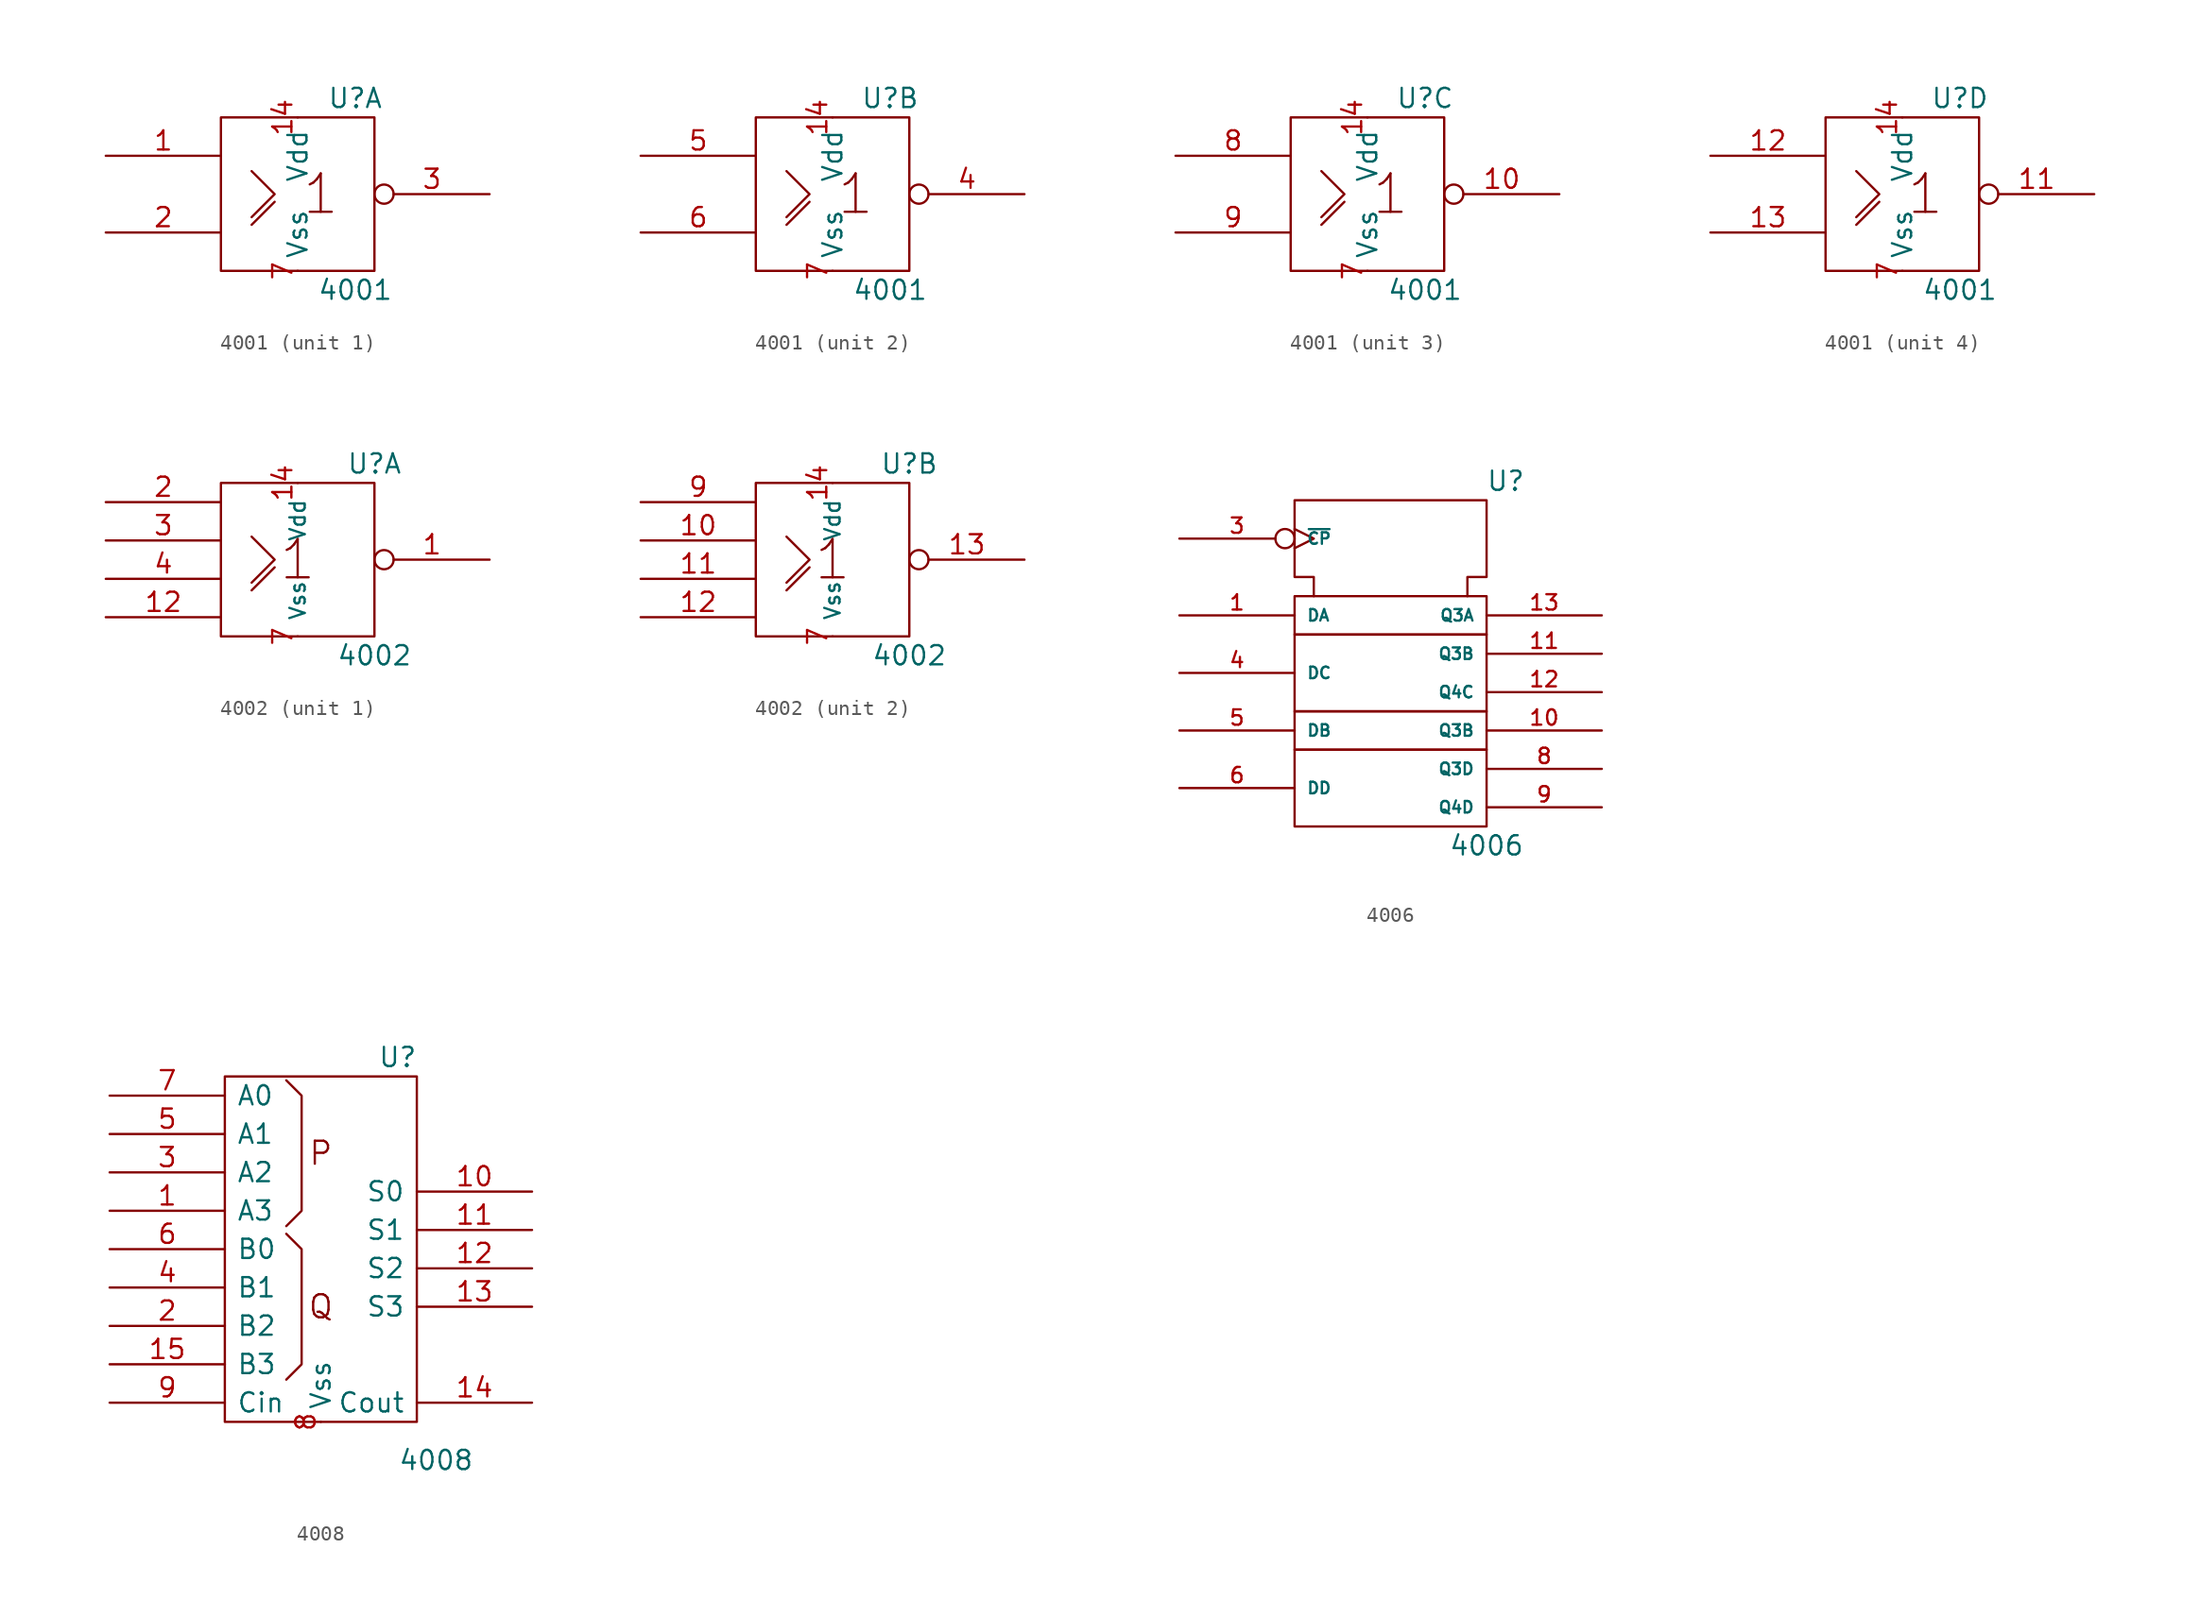
<source format=kicad_sym>
(kicad_symbol_lib
  (version 20201005)
  (generator kicad_symbol_editor)
  (symbol "4xxx_IEEE:4001"
    (pin_names
      (offset 0.762))
    (property "Reference" "U"
      (at 3.81 6.35 0)
      (effects (font (size 1.27 1.27))))
    (property "Value" "4001"
      (at 3.81 -6.35 0)
      (effects (font (size 1.27 1.27))))
    (symbol "4001_0_0"
      (text "1" (at 1.524 0 0) (effects (font (size 2.54 2.54))))
      (rectangle (start -5.08 5.08) (end 5.08 -5.08) (stroke (width 0)) (fill (type none)))
      (pin power_in line (at 0 5.08 270) (length 0) (name "Vdd" (effects (font (size 1.27 1.27)))) (number "14" (effects (font (size 1.27 1.27)))))
      (pin power_in line (at 0 -5.08 90) (length 0) (name "Vss" (effects (font (size 1.27 1.27)))) (number "7" (effects (font (size 1.27 1.27))))))
    (symbol "4001_0_1"
      (polyline (pts (xy -3.048 -2.032) (xy -1.524 -0.508) (xy -1.524 -0.508)) (stroke (width 0)) (fill (type none)))
      (polyline (pts (xy -3.048 1.524) (xy -1.524 0) (xy -3.048 -1.524) (xy -3.048 -1.524)) (stroke (width 0)) (fill (type none))))
    (symbol "4001_1_1"
      (pin input line (at -12.7 2.54 0) (length 7.62) (name "~" (effects (font (size 1.27 1.27)))) (number "1" (effects (font (size 1.27 1.27)))))
      (pin input line (at -12.7 -2.54 0) (length 7.62) (name "~" (effects (font (size 1.27 1.27)))) (number "2" (effects (font (size 1.27 1.27)))))
      (pin output inverted (at 12.7 0 180) (length 7.62) (name "~" (effects (font (size 1.27 1.27)))) (number "3" (effects (font (size 1.27 1.27))))))
    (symbol "4001_2_1"
      (pin output inverted (at 12.7 0 180) (length 7.62) (name "~" (effects (font (size 1.27 1.27)))) (number "4" (effects (font (size 1.27 1.27)))))
      (pin input line (at -12.7 2.54 0) (length 7.62) (name "~" (effects (font (size 1.27 1.27)))) (number "5" (effects (font (size 1.27 1.27)))))
      (pin input line (at -12.7 -2.54 0) (length 7.62) (name "~" (effects (font (size 1.27 1.27)))) (number "6" (effects (font (size 1.27 1.27))))))
    (symbol "4001_3_1"
      (pin output inverted (at 12.7 0 180) (length 7.62) (name "~" (effects (font (size 1.27 1.27)))) (number "10" (effects (font (size 1.27 1.27)))))
      (pin input line (at -12.7 2.54 0) (length 7.62) (name "~" (effects (font (size 1.27 1.27)))) (number "8" (effects (font (size 1.27 1.27)))))
      (pin input line (at -12.7 -2.54 0) (length 7.62) (name "~" (effects (font (size 1.27 1.27)))) (number "9" (effects (font (size 1.27 1.27))))))
    (symbol "4001_4_1"
      (pin output inverted (at 12.7 0 180) (length 7.62) (name "~" (effects (font (size 1.27 1.27)))) (number "11" (effects (font (size 1.27 1.27)))))
      (pin input line (at -12.7 2.54 0) (length 7.62) (name "~" (effects (font (size 1.27 1.27)))) (number "12" (effects (font (size 1.27 1.27)))))
      (pin input line (at -12.7 -2.54 0) (length 7.62) (name "~" (effects (font (size 1.27 1.27)))) (number "13" (effects (font (size 1.27 1.27)))))))
  (symbol "4xxx_IEEE:4002"
    (pin_names
      (offset 1.016))
    (property "Reference" "U"
      (at 5.08 6.35 0)
      (effects (font (size 1.27 1.27))))
    (property "Value" "4002"
      (at 5.08 -6.35 0)
      (effects (font (size 1.27 1.27))))
    (symbol "4002_0_0"
      (text "1" (at 0 0 0) (effects (font (size 2.54 2.54))))
      (polyline (pts (xy -3.048 -2.032) (xy -1.524 -0.508) (xy -1.524 -0.508)) (stroke (width 0)) (fill (type none)))
      (polyline (pts (xy -3.048 1.524) (xy -1.524 0) (xy -3.048 -1.524) (xy -3.048 -1.524)) (stroke (width 0)) (fill (type none))))
    (symbol "4002_0_1"
      (rectangle (start -5.08 5.08) (end 5.08 -5.08) (stroke (width 0)) (fill (type none)))
      (pin power_in line (at 0 5.08 270) (length 0) (name "Vdd" (effects (font (size 1.016 1.016)))) (number "14" (effects (font (size 1.27 1.27)))))
      (pin power_in line (at 0 -5.08 90) (length 0) (name "Vss" (effects (font (size 1.016 1.016)))) (number "7" (effects (font (size 1.27 1.27))))))
    (symbol "4002_1_1"
      (pin output inverted (at 12.7 0 180) (length 7.62) (name "~" (effects (font (size 1.27 1.27)))) (number "1" (effects (font (size 1.27 1.27)))))
      (pin power_in line (at -12.7 -3.81 0) (length 7.62) (name "~" (effects (font (size 1.016 1.016)))) (number "12" (effects (font (size 1.27 1.27)))))
      (pin input line (at -12.7 3.81 0) (length 7.62) (name "~" (effects (font (size 1.27 1.27)))) (number "2" (effects (font (size 1.27 1.27)))))
      (pin input line (at -12.7 1.27 0) (length 7.62) (name "~" (effects (font (size 1.27 1.27)))) (number "3" (effects (font (size 1.27 1.27)))))
      (pin input line (at -12.7 -1.27 0) (length 7.62) (name "~" (effects (font (size 1.27 1.27)))) (number "4" (effects (font (size 1.27 1.27))))))
    (symbol "4002_2_1"
      (pin input line (at -12.7 1.27 0) (length 7.62) (name "~" (effects (font (size 1.27 1.27)))) (number "10" (effects (font (size 1.27 1.27)))))
      (pin input line (at -12.7 -1.27 0) (length 7.62) (name "~" (effects (font (size 1.27 1.27)))) (number "11" (effects (font (size 1.27 1.27)))))
      (pin power_in line (at -12.7 -3.81 0) (length 7.62) (name "~" (effects (font (size 1.016 1.016)))) (number "12" (effects (font (size 1.27 1.27)))))
      (pin output inverted (at 12.7 0 180) (length 7.62) (name "~" (effects (font (size 1.27 1.27)))) (number "13" (effects (font (size 1.27 1.27)))))
      (pin input line (at -12.7 3.81 0) (length 7.62) (name "~" (effects (font (size 1.27 1.27)))) (number "9" (effects (font (size 1.27 1.27)))))))
  (symbol "4xxx_IEEE:4006"
    (pin_names
      (offset 0.762))
    (property "Reference" "U"
      (at 7.62 8.89 0)
      (effects (font (size 1.27 1.27))))
    (property "Value" "4006"
      (at 6.35 -15.24 0)
      (effects (font (size 1.27 1.27))))
    (symbol "4006_0_0"
      (rectangle (start -6.35 -8.89) (end 6.35 -13.97) (stroke (width 0)) (fill (type none)))
      (rectangle (start -6.35 -6.35) (end 6.35 -8.89) (stroke (width 0)) (fill (type none)))
      (rectangle (start -6.35 -1.27) (end 6.35 -6.35) (stroke (width 0)) (fill (type none)))
      (rectangle (start -6.35 1.27) (end 6.35 -1.27) (stroke (width 0)) (fill (type none)))
      (polyline (pts (xy -5.08 1.27) (xy -5.08 2.54) (xy -6.35 2.54) (xy -6.35 7.62) (xy 6.35 7.62) (xy 6.35 2.54) (xy 5.08 2.54) (xy 5.08 1.27) (xy 5.08 1.27)) (stroke (width 0)) (fill (type none))))
    (symbol "4006_0_1"
      (pin power_in line (at 0 7.62 270) (length 0) hide (name "Vdd" (effects (font (size 0.762 0.762)))) (number "14" (effects (font (size 1.016 1.016)))))
      (pin power_in line (at 5.08 7.62 270) (length 0) hide (name "Vss" (effects (font (size 0.762 0.762)))) (number "7" (effects (font (size 1.016 1.016))))))
    (symbol "4006_1_1"
      (pin input line (at -13.97 0 0) (length 7.62) (name "DA" (effects (font (size 0.762 0.762)))) (number "1" (effects (font (size 1.016 1.016)))))
      (pin output line (at 13.97 -7.62 180) (length 7.62) (name "Q3B" (effects (font (size 0.762 0.762)))) (number "10" (effects (font (size 1.016 1.016)))))
      (pin output line (at 13.97 -2.54 180) (length 7.62) (name "Q3B" (effects (font (size 0.762 0.762)))) (number "11" (effects (font (size 1.016 1.016)))))
      (pin output line (at 13.97 -5.08 180) (length 7.62) (name "Q4C" (effects (font (size 0.762 0.762)))) (number "12" (effects (font (size 1.016 1.016)))))
      (pin output line (at 13.97 0 180) (length 7.62) (name "Q3A" (effects (font (size 0.762 0.762)))) (number "13" (effects (font (size 1.016 1.016)))))
      (pin input inverted_clock (at -13.97 5.08 0) (length 7.62) (name "~CP" (effects (font (size 0.762 0.762)))) (number "3" (effects (font (size 1.016 1.016)))))
      (pin input line (at -13.97 -3.81 0) (length 7.62) (name "DC" (effects (font (size 0.762 0.762)))) (number "4" (effects (font (size 1.016 1.016)))))
      (pin input line (at -13.97 -7.62 0) (length 7.62) (name "DB" (effects (font (size 0.762 0.762)))) (number "5" (effects (font (size 1.016 1.016)))))
      (pin input line (at -13.97 -11.43 0) (length 7.62) (name "DD" (effects (font (size 0.762 0.762)))) (number "6" (effects (font (size 1.016 1.016)))))
      (pin output line (at 13.97 -10.16 180) (length 7.62) (name "Q3D" (effects (font (size 0.762 0.762)))) (number "8" (effects (font (size 1.016 1.016)))))
      (pin output line (at 13.97 -12.7 180) (length 7.62) (name "Q4D" (effects (font (size 0.762 0.762)))) (number "9" (effects (font (size 1.016 1.016)))))))
  (symbol "4xxx_IEEE:4008"
    (pin_names
      (offset 0.762))
    (property "Reference" "U"
      (at 5.08 12.7 0)
      (effects (font (size 1.27 1.27))))
    (property "Value" "4008"
      (at 7.62 -13.97 0)
      (effects (font (size 1.27 1.27))))
    (symbol "4008_0_0"
      (text "P" (at 0 6.35 0) (effects (font (size 1.524 1.524))))
      (text "Q" (at 0 -3.81 0) (effects (font (size 1.524 1.524)))))
    (symbol "4008_0_1"
      (rectangle (start -6.35 11.43) (end 6.35 -11.43) (stroke (width 0)) (fill (type none)))
      (polyline (pts (xy -2.286 1.016) (xy -1.27 0) (xy -1.27 -7.62) (xy -2.286 -8.636) (xy -2.286 -8.636)) (stroke (width 0)) (fill (type none)))
      (polyline (pts (xy -2.286 1.524) (xy -1.27 2.54) (xy -1.27 10.16) (xy -2.286 11.176) (xy -2.286 11.176)) (stroke (width 0)) (fill (type none))))
    (symbol "4008_1_1"
      (pin input line (at -13.97 2.54 0) (length 7.62) (name "A3" (effects (font (size 1.27 1.27)))) (number "1" (effects (font (size 1.27 1.27)))))
      (pin output line (at 13.97 3.81 180) (length 7.62) (name "S0" (effects (font (size 1.27 1.27)))) (number "10" (effects (font (size 1.27 1.27)))))
      (pin output line (at 13.97 1.27 180) (length 7.62) (name "S1" (effects (font (size 1.27 1.27)))) (number "11" (effects (font (size 1.27 1.27)))))
      (pin output line (at 13.97 -1.27 180) (length 7.62) (name "S2" (effects (font (size 1.27 1.27)))) (number "12" (effects (font (size 1.27 1.27)))))
      (pin output line (at 13.97 -3.81 180) (length 7.62) (name "S3" (effects (font (size 1.27 1.27)))) (number "13" (effects (font (size 1.27 1.27)))))
      (pin output line (at 13.97 -10.16 180) (length 7.62) (name "Cout" (effects (font (size 1.27 1.27)))) (number "14" (effects (font (size 1.27 1.27)))))
      (pin input line (at -13.97 -7.62 0) (length 7.62) (name "B3" (effects (font (size 1.27 1.27)))) (number "15" (effects (font (size 1.27 1.27)))))
      (pin output line (at 0 11.43 270) (length 0) hide (name "Vdd" (effects (font (size 1.27 1.27)))) (number "16" (effects (font (size 1.27 1.27)))))
      (pin input line (at -13.97 -5.08 0) (length 7.62) (name "B2" (effects (font (size 1.27 1.27)))) (number "2" (effects (font (size 1.27 1.27)))))
      (pin input line (at -13.97 5.08 0) (length 7.62) (name "A2" (effects (font (size 1.27 1.27)))) (number "3" (effects (font (size 1.27 1.27)))))
      (pin input line (at -13.97 -2.54 0) (length 7.62) (name "B1" (effects (font (size 1.27 1.27)))) (number "4" (effects (font (size 1.27 1.27)))))
      (pin input line (at -13.97 7.62 0) (length 7.62) (name "A1" (effects (font (size 1.27 1.27)))) (number "5" (effects (font (size 1.27 1.27)))))
      (pin input line (at -13.97 0 0) (length 7.62) (name "B0" (effects (font (size 1.27 1.27)))) (number "6" (effects (font (size 1.27 1.27)))))
      (pin input line (at -13.97 10.16 0) (length 7.62) (name "A0" (effects (font (size 1.27 1.27)))) (number "7" (effects (font (size 1.27 1.27)))))
      (pin output line (at 0 -11.43 90) (length 0) (name "Vss" (effects (font (size 1.27 1.27)))) (number "8" (effects (font (size 1.27 1.27)))))
      (pin input line (at -13.97 -10.16 0) (length 7.62) (name "Cin" (effects (font (size 1.27 1.27)))) (number "9" (effects (font (size 1.27 1.27))))))))
</source>
